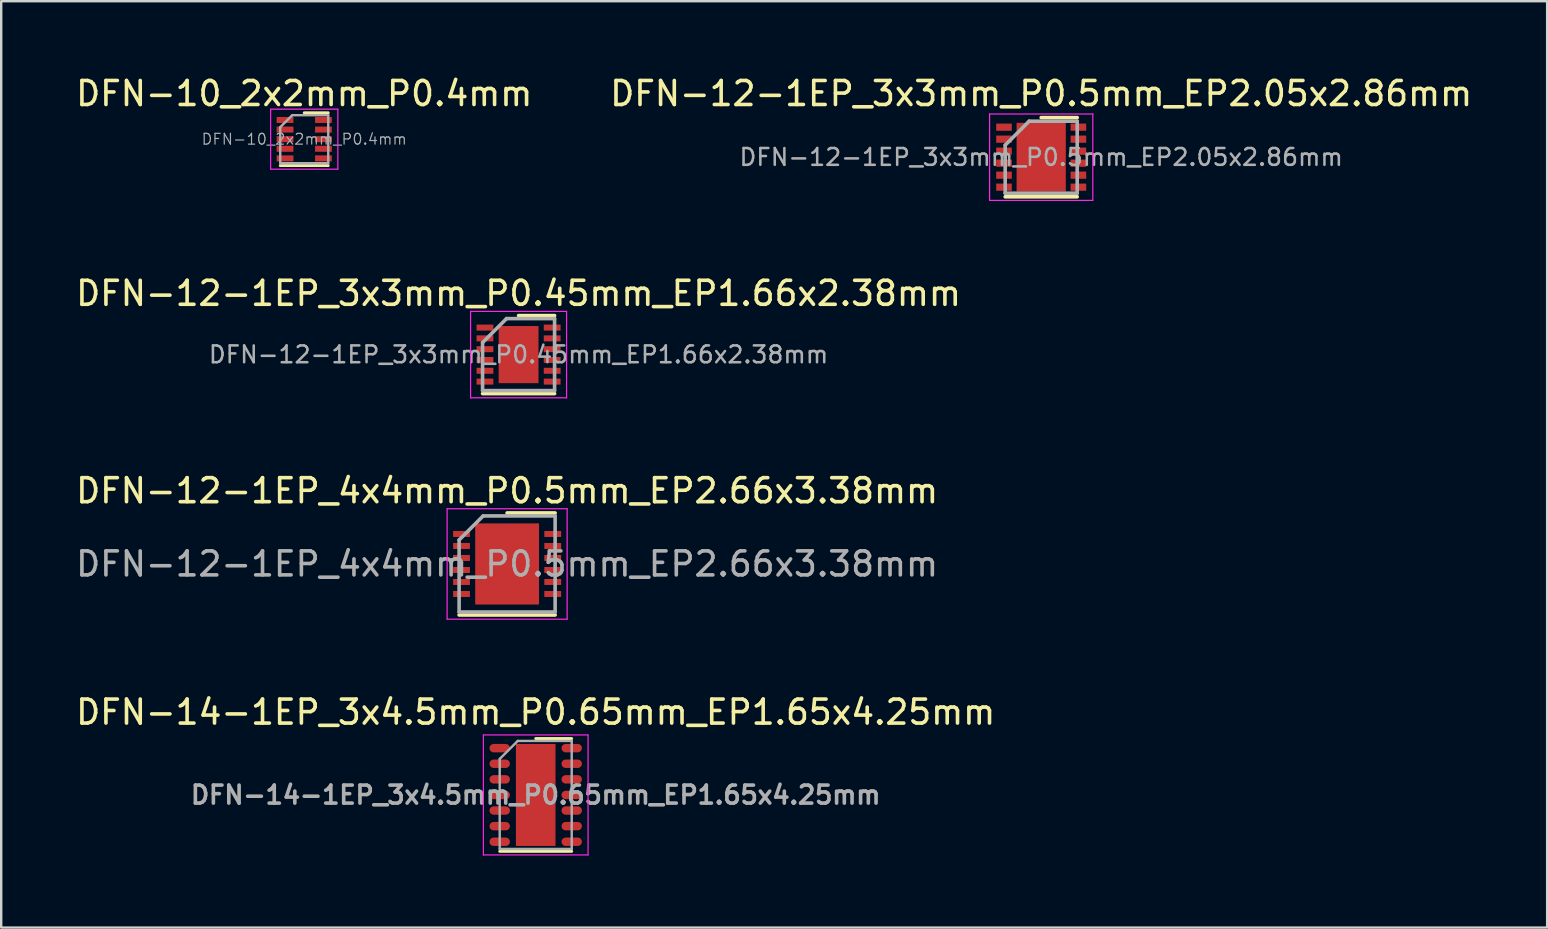
<source format=kicad_pcb>
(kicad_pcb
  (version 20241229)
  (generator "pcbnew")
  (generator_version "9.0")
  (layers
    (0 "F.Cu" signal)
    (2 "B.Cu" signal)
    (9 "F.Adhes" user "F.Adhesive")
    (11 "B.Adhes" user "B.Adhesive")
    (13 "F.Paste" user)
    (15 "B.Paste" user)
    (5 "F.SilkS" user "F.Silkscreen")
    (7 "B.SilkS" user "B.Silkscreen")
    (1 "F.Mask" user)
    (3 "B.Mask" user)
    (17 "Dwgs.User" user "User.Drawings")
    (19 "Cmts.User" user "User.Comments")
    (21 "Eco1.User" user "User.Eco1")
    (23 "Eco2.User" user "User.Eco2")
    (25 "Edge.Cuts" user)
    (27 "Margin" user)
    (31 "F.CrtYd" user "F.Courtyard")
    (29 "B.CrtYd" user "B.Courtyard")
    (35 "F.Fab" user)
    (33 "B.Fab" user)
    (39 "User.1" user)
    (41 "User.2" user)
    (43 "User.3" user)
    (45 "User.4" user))
  (footprint "DFN-10_2x2mm_P0.4mm"
    (layer "F.Cu")
    (at 9.625 2.748)
    (property "Reference" "DFN-10_2x2mm_P0.4mm" (at 0 -1.9 0) (layer "F.SilkS") (effects (font (size 1 1) (thickness 0.15))))
    (attr smd)
    (fp_line (start 1 -1.1) (end 0 -1.1) (stroke (width 0.12) (type solid)) (layer "F.SilkS"))
    (fp_line (start 1 1.1) (end -1 1.1) (stroke (width 0.12) (type solid)) (layer "F.SilkS"))
    (fp_line (start -1.4 1.25) (end -1.4 -1.25) (stroke (width 0.05) (type solid)) (layer "F.CrtYd"))
    (fp_line (start -1.4 1.25) (end 1.4 1.25) (stroke (width 0.05) (type solid)) (layer "F.CrtYd"))
    (fp_line (start 1.4 -1.25) (end -1.4 -1.25) (stroke (width 0.05) (type solid)) (layer "F.CrtYd"))
    (fp_line (start 1.4 -1.25) (end 1.4 1.25) (stroke (width 0.05) (type solid)) (layer "F.CrtYd"))
    (fp_line (start -1 -0.5) (end -1 1) (stroke (width 0.1) (type solid)) (layer "F.Fab"))
    (fp_line (start -0.5 -1) (end -1 -0.5) (stroke (width 0.1) (type solid)) (layer "F.Fab"))
    (fp_line (start 1 -1) (end -0.5 -1) (stroke (width 0.1) (type solid)) (layer "F.Fab"))
    (fp_line (start 1 1) (end -1 1) (stroke (width 0.1) (type solid)) (layer "F.Fab"))
    (fp_line (start 1 1) (end 1 -1) (stroke (width 0.1) (type solid)) (layer "F.Fab"))
    (fp_text user "${REFERENCE}" (at 0 0 0) (layer "F.Fab") (effects (font (size 0.45 0.45) (thickness 0.05))))
    (pad "1" smd rect (at -0.8 -0.8) (size 0.7 0.25) (layers "F.Cu" "F.Mask" "F.Paste"))
    (pad "2" smd rect (at -0.8 -0.4) (size 0.7 0.25) (layers "F.Cu" "F.Mask" "F.Paste"))
    (pad "3" smd rect (at -0.8 0) (size 0.7 0.25) (layers "F.Cu" "F.Mask" "F.Paste"))
    (pad "4" smd rect (at -0.8 0.4) (size 0.7 0.25) (layers "F.Cu" "F.Mask" "F.Paste"))
    (pad "5" smd rect (at -0.8 0.8) (size 0.7 0.25) (layers "F.Cu" "F.Mask" "F.Paste"))
    (pad "6" smd rect (at 0.8 0.8) (size 0.7 0.25) (layers "F.Cu" "F.Mask" "F.Paste"))
    (pad "7" smd rect (at 0.8 0.4) (size 0.7 0.25) (layers "F.Cu" "F.Mask" "F.Paste"))
    (pad "8" smd rect (at 0.8 0) (size 0.7 0.25) (layers "F.Cu" "F.Mask" "F.Paste"))
    (pad "9" smd rect (at 0.8 -0.4) (size 0.7 0.25) (layers "F.Cu" "F.Mask" "F.Paste"))
    (pad "10" smd rect (at 0.8 -0.8) (size 0.7 0.25) (layers "F.Cu" "F.Mask" "F.Paste")))
  (footprint "DFN-12-1EP_3x3mm_P0.45mm_EP1.66x2.38mm"
    (layer "F.Cu")
    (at 18.554 11.722)
    (property "Reference" "DFN-12-1EP_3x3mm_P0.45mm_EP1.66x2.38mm" (at 0 -2.55 0) (layer "F.SilkS") (effects (font (size 1 1) (thickness 0.15))))
    (attr smd)
    (fp_line (start -1.5 1.625) (end 1.5 1.625) (stroke (width 0.15) (type solid)) (layer "F.SilkS"))
    (fp_line (start 0 -1.625) (end 1.5 -1.625) (stroke (width 0.15) (type solid)) (layer "F.SilkS"))
    (fp_line (start -2 -1.8) (end -2 1.8) (stroke (width 0.05) (type solid)) (layer "F.CrtYd"))
    (fp_line (start -2 -1.8) (end 2 -1.8) (stroke (width 0.05) (type solid)) (layer "F.CrtYd"))
    (fp_line (start -2 1.8) (end 2 1.8) (stroke (width 0.05) (type solid)) (layer "F.CrtYd"))
    (fp_line (start 2 -1.8) (end 2 1.8) (stroke (width 0.05) (type solid)) (layer "F.CrtYd"))
    (fp_line (start -1.5 -0.5) (end -0.5 -1.5) (stroke (width 0.15) (type solid)) (layer "F.Fab"))
    (fp_line (start -1.5 1.5) (end -1.5 -0.5) (stroke (width 0.15) (type solid)) (layer "F.Fab"))
    (fp_line (start -0.5 -1.5) (end 1.5 -1.5) (stroke (width 0.15) (type solid)) (layer "F.Fab"))
    (fp_line (start 1.5 -1.5) (end 1.5 1.5) (stroke (width 0.15) (type solid)) (layer "F.Fab"))
    (fp_line (start 1.5 1.5) (end -1.5 1.5) (stroke (width 0.15) (type solid)) (layer "F.Fab"))
    (fp_text user "${REFERENCE}" (at 0 0 0) (layer "F.Fab") (effects (font (size 0.7 0.7) (thickness 0.105))))
    (pad "" smd rect (at -0.415 -0.595) (size 0.64 1) (layers "F.Paste"))
    (pad "" smd rect (at -0.415 0.595) (size 0.64 1) (layers "F.Paste"))
    (pad "" smd rect (at 0.415 -0.595) (size 0.64 1) (layers "F.Paste"))
    (pad "" smd rect (at 0.415 0.595) (size 0.64 1) (layers "F.Paste"))
    (pad "1" smd rect (at -1.4 -1.125) (size 0.7 0.25) (layers "F.Cu" "F.Mask" "F.Paste"))
    (pad "2" smd rect (at -1.4 -0.675) (size 0.7 0.25) (layers "F.Cu" "F.Mask" "F.Paste"))
    (pad "3" smd rect (at -1.4 -0.225) (size 0.7 0.25) (layers "F.Cu" "F.Mask" "F.Paste"))
    (pad "4" smd rect (at -1.4 0.225) (size 0.7 0.25) (layers "F.Cu" "F.Mask" "F.Paste"))
    (pad "5" smd rect (at -1.4 0.675) (size 0.7 0.25) (layers "F.Cu" "F.Mask" "F.Paste"))
    (pad "6" smd rect (at -1.4 1.125) (size 0.7 0.25) (layers "F.Cu" "F.Mask" "F.Paste"))
    (pad "7" smd rect (at 1.4 1.125) (size 0.7 0.25) (layers "F.Cu" "F.Mask" "F.Paste"))
    (pad "8" smd rect (at 1.4 0.675) (size 0.7 0.25) (layers "F.Cu" "F.Mask" "F.Paste"))
    (pad "9" smd rect (at 1.4 0.225) (size 0.7 0.25) (layers "F.Cu" "F.Mask" "F.Paste"))
    (pad "10" smd rect (at 1.4 -0.225) (size 0.7 0.25) (layers "F.Cu" "F.Mask" "F.Paste"))
    (pad "11" smd rect (at 1.4 -0.675) (size 0.7 0.25) (layers "F.Cu" "F.Mask" "F.Paste"))
    (pad "12" smd rect (at 1.4 -1.125) (size 0.7 0.25) (layers "F.Cu" "F.Mask" "F.Paste"))
    (pad "13" smd rect (at 0 0) (size 1.66 2.38) (layers "F.Cu" "F.Mask")))
  (footprint "DFN-12-1EP_3x3mm_P0.5mm_EP2.05x2.86mm"
    (layer "F.Cu")
    (at 40.327 3.498)
    (property "Reference" "DFN-12-1EP_3x3mm_P0.5mm_EP2.05x2.86mm" (at 0 -2.65 0) (layer "F.SilkS") (effects (font (size 1 1) (thickness 0.15))))
    (attr smd)
    (fp_line (start -1.5 1.65) (end 1.5 1.65) (stroke (width 0.15) (type solid)) (layer "F.SilkS"))
    (fp_line (start 0 -1.65) (end 1.5 -1.65) (stroke (width 0.15) (type solid)) (layer "F.SilkS"))
    (fp_line (start -2.15 -1.8) (end -2.15 1.8) (stroke (width 0.05) (type solid)) (layer "F.CrtYd"))
    (fp_line (start -2.15 -1.8) (end 2.15 -1.8) (stroke (width 0.05) (type solid)) (layer "F.CrtYd"))
    (fp_line (start -2.15 1.8) (end 2.15 1.8) (stroke (width 0.05) (type solid)) (layer "F.CrtYd"))
    (fp_line (start 2.15 -1.8) (end 2.15 1.8) (stroke (width 0.05) (type solid)) (layer "F.CrtYd"))
    (fp_line (start -1.5 -0.5) (end -0.5 -1.5) (stroke (width 0.15) (type solid)) (layer "F.Fab"))
    (fp_line (start -1.5 1.5) (end -1.5 -0.5) (stroke (width 0.15) (type solid)) (layer "F.Fab"))
    (fp_line (start -0.5 -1.5) (end 1.5 -1.5) (stroke (width 0.15) (type solid)) (layer "F.Fab"))
    (fp_line (start 1.5 -1.5) (end 1.5 1.5) (stroke (width 0.15) (type solid)) (layer "F.Fab"))
    (fp_line (start 1.5 1.5) (end -1.5 1.5) (stroke (width 0.15) (type solid)) (layer "F.Fab"))
    (fp_text user "${REFERENCE}" (at 0 0 0) (layer "F.Fab") (effects (font (size 0.7 0.7) (thickness 0.105))))
    (pad "" smd rect (at -0.512 -0.715) (size 0.8 1.2) (layers "F.Paste"))
    (pad "" smd rect (at -0.512 0.715) (size 0.8 1.2) (layers "F.Paste"))
    (pad "" smd rect (at 0.512 -0.715) (size 0.8 1.2) (layers "F.Paste"))
    (pad "" smd rect (at 0.512 0.715) (size 0.8 1.2) (layers "F.Paste"))
    (pad "1" smd rect (at -1.55 -1.25) (size 0.65 0.3) (layers "F.Cu" "F.Mask" "F.Paste"))
    (pad "2" smd rect (at -1.55 -0.75) (size 0.65 0.3) (layers "F.Cu" "F.Mask" "F.Paste"))
    (pad "3" smd rect (at -1.55 -0.25) (size 0.65 0.3) (layers "F.Cu" "F.Mask" "F.Paste"))
    (pad "4" smd rect (at -1.55 0.25) (size 0.65 0.3) (layers "F.Cu" "F.Mask" "F.Paste"))
    (pad "5" smd rect (at -1.55 0.75) (size 0.65 0.3) (layers "F.Cu" "F.Mask" "F.Paste"))
    (pad "6" smd rect (at -1.55 1.25) (size 0.65 0.3) (layers "F.Cu" "F.Mask" "F.Paste"))
    (pad "7" smd rect (at 1.55 1.25) (size 0.65 0.3) (layers "F.Cu" "F.Mask" "F.Paste"))
    (pad "8" smd rect (at 1.55 0.75) (size 0.65 0.3) (layers "F.Cu" "F.Mask" "F.Paste"))
    (pad "9" smd rect (at 1.55 0.25) (size 0.65 0.3) (layers "F.Cu" "F.Mask" "F.Paste"))
    (pad "10" smd rect (at 1.55 -0.25) (size 0.65 0.3) (layers "F.Cu" "F.Mask" "F.Paste"))
    (pad "11" smd rect (at 1.55 -0.75) (size 0.65 0.3) (layers "F.Cu" "F.Mask" "F.Paste"))
    (pad "12" smd rect (at 1.55 -1.25) (size 0.65 0.3) (layers "F.Cu" "F.Mask" "F.Paste"))
    (pad "13" smd rect (at 0 0) (size 2.05 2.86) (layers "F.Cu" "F.Mask")))
  (footprint "DFN-14-1EP_3x4.5mm_P0.65mm_EP1.65x4.25mm"
    (layer "F.Cu")
    (at 19.268 30.068)
    (property "Reference" "DFN-14-1EP_3x4.5mm_P0.65mm_EP1.65x4.25mm" (at 0 -3.45 0) (layer "F.SilkS") (effects (font (size 1 1) (thickness 0.15))))
    (attr smd)
    (fp_line (start -1.5 2.35) (end 1.5 2.35) (stroke (width 0.12) (type solid)) (layer "F.SilkS"))
    (fp_line (start 1.5 -2.35) (end 0 -2.35) (stroke (width 0.12) (type solid)) (layer "F.SilkS"))
    (fp_line (start -2.18 -2.5) (end -2.18 2.5) (stroke (width 0.05) (type solid)) (layer "F.CrtYd"))
    (fp_line (start -2.18 2.5) (end 2.18 2.5) (stroke (width 0.05) (type solid)) (layer "F.CrtYd"))
    (fp_line (start 2.18 -2.5) (end -2.18 -2.5) (stroke (width 0.05) (type solid)) (layer "F.CrtYd"))
    (fp_line (start 2.18 2.5) (end 2.18 -2.5) (stroke (width 0.05) (type solid)) (layer "F.CrtYd"))
    (fp_line (start -1.5 2.25) (end -1.5 -1.5) (stroke (width 0.1) (type solid)) (layer "F.Fab"))
    (fp_line (start -1.5 2.25) (end 1.5 2.25) (stroke (width 0.1) (type solid)) (layer "F.Fab"))
    (fp_line (start -0.75 -2.25) (end -1.5 -1.5) (stroke (width 0.1) (type solid)) (layer "F.Fab"))
    (fp_line (start 1.5 -2.25) (end -0.75 -2.25) (stroke (width 0.1) (type solid)) (layer "F.Fab"))
    (fp_line (start 1.5 2.25) (end 1.5 -2.25) (stroke (width 0.1) (type solid)) (layer "F.Fab"))
    (fp_text user "${REFERENCE}" (at 0 0 0) (layer "F.Fab") (effects (font (size 0.75 0.75) (thickness 0.15))))
    (pad "" smd rect (at -0.412 -1.594) (size 0.66 0.85) (layers "F.Paste"))
    (pad "" smd rect (at -0.412 -0.531) (size 0.66 0.85) (layers "F.Paste"))
    (pad "" smd rect (at -0.412 0.531) (size 0.66 0.85) (layers "F.Paste"))
    (pad "" smd rect (at -0.412 1.594) (size 0.66 0.85) (layers "F.Paste"))
    (pad "" smd rect (at 0.412 -1.594) (size 0.66 0.85) (layers "F.Paste"))
    (pad "" smd rect (at 0.412 -0.531) (size 0.66 0.85) (layers "F.Paste"))
    (pad "" smd rect (at 0.412 0.531) (size 0.66 0.85) (layers "F.Paste"))
    (pad "" smd rect (at 0.412 1.594) (size 0.66 0.85) (layers "F.Paste"))
    (pad "1" smd oval (at -1.5 -1.95) (size 0.85 0.35) (layers "F.Cu" "F.Mask" "F.Paste"))
    (pad "2" smd oval (at -1.5 -1.3) (size 0.85 0.35) (layers "F.Cu" "F.Mask" "F.Paste"))
    (pad "3" smd oval (at -1.5 -0.65) (size 0.85 0.35) (layers "F.Cu" "F.Mask" "F.Paste"))
    (pad "4" smd oval (at -1.5 0) (size 0.85 0.35) (layers "F.Cu" "F.Mask" "F.Paste"))
    (pad "5" smd oval (at -1.5 0.65) (size 0.85 0.35) (layers "F.Cu" "F.Mask" "F.Paste"))
    (pad "6" smd oval (at -1.5 1.3) (size 0.85 0.35) (layers "F.Cu" "F.Mask" "F.Paste"))
    (pad "7" smd oval (at -1.5 1.95) (size 0.85 0.35) (layers "F.Cu" "F.Mask" "F.Paste"))
    (pad "8" smd oval (at 1.5 1.95) (size 0.85 0.35) (layers "F.Cu" "F.Mask" "F.Paste"))
    (pad "9" smd oval (at 1.5 1.3) (size 0.85 0.35) (layers "F.Cu" "F.Mask" "F.Paste"))
    (pad "10" smd oval (at 1.5 0.65) (size 0.85 0.35) (layers "F.Cu" "F.Mask" "F.Paste"))
    (pad "11" smd oval (at 1.5 0) (size 0.85 0.35) (layers "F.Cu" "F.Mask" "F.Paste"))
    (pad "12" smd oval (at 1.5 -0.65) (size 0.85 0.35) (layers "F.Cu" "F.Mask" "F.Paste"))
    (pad "13" smd oval (at 1.5 -1.3) (size 0.85 0.35) (layers "F.Cu" "F.Mask" "F.Paste"))
    (pad "14" smd oval (at 1.5 -1.95) (size 0.85 0.35) (layers "F.Cu" "F.Mask" "F.Paste"))
    (pad "15" smd rect (at 0 0) (size 1.65 4.25) (layers "F.Cu" "F.Mask")))
  (footprint "DFN-12-1EP_4x4mm_P0.5mm_EP2.66x3.38mm"
    (layer "F.Cu")
    (at 18.077 20.445)
    (property "Reference" "DFN-12-1EP_4x4mm_P0.5mm_EP2.66x3.38mm" (at 0 -3.05 0) (layer "F.SilkS") (effects (font (size 1 1) (thickness 0.15))))
    (attr smd)
    (fp_line (start -2 2.125) (end 2 2.125) (stroke (width 0.15) (type solid)) (layer "F.SilkS"))
    (fp_line (start 0 -2.125) (end 2 -2.125) (stroke (width 0.15) (type solid)) (layer "F.SilkS"))
    (fp_line (start -2.5 -2.3) (end -2.5 2.3) (stroke (width 0.05) (type solid)) (layer "F.CrtYd"))
    (fp_line (start -2.5 -2.3) (end 2.5 -2.3) (stroke (width 0.05) (type solid)) (layer "F.CrtYd"))
    (fp_line (start -2.5 2.3) (end 2.5 2.3) (stroke (width 0.05) (type solid)) (layer "F.CrtYd"))
    (fp_line (start 2.5 -2.3) (end 2.5 2.3) (stroke (width 0.05) (type solid)) (layer "F.CrtYd"))
    (fp_line (start -2 -1) (end -1 -2) (stroke (width 0.15) (type solid)) (layer "F.Fab"))
    (fp_line (start -2 2) (end -2 -1) (stroke (width 0.15) (type solid)) (layer "F.Fab"))
    (fp_line (start -1 -2) (end 2 -2) (stroke (width 0.15) (type solid)) (layer "F.Fab"))
    (fp_line (start 2 -2) (end 2 2) (stroke (width 0.15) (type solid)) (layer "F.Fab"))
    (fp_line (start 2 2) (end -2 2) (stroke (width 0.15) (type solid)) (layer "F.Fab"))
    (fp_text user "${REFERENCE}" (at 0 0 0) (layer "F.Fab") (effects (font (size 1 1) (thickness 0.15))))
    (pad "" smd rect (at -0.665 -1.268) (size 1.15 0.63) (layers "F.Paste"))
    (pad "" smd rect (at -0.665 -0.422) (size 1.15 0.63) (layers "F.Paste"))
    (pad "" smd rect (at -0.665 0.422) (size 1.15 0.63) (layers "F.Paste"))
    (pad "" smd rect (at -0.665 1.268) (size 1.15 0.63) (layers "F.Paste"))
    (pad "" smd rect (at 0.665 -1.268) (size 1.15 0.63) (layers "F.Paste"))
    (pad "" smd rect (at 0.665 -0.422) (size 1.15 0.63) (layers "F.Paste"))
    (pad "" smd rect (at 0.665 0.422) (size 1.15 0.63) (layers "F.Paste"))
    (pad "" smd rect (at 0.665 1.268) (size 1.15 0.63) (layers "F.Paste"))
    (pad "1" smd rect (at -1.9 -1.25) (size 0.7 0.25) (layers "F.Cu" "F.Mask" "F.Paste"))
    (pad "2" smd rect (at -1.9 -0.75) (size 0.7 0.25) (layers "F.Cu" "F.Mask" "F.Paste"))
    (pad "3" smd rect (at -1.9 -0.25) (size 0.7 0.25) (layers "F.Cu" "F.Mask" "F.Paste"))
    (pad "4" smd rect (at -1.9 0.25) (size 0.7 0.25) (layers "F.Cu" "F.Mask" "F.Paste"))
    (pad "5" smd rect (at -1.9 0.75) (size 0.7 0.25) (layers "F.Cu" "F.Mask" "F.Paste"))
    (pad "6" smd rect (at -1.9 1.25) (size 0.7 0.25) (layers "F.Cu" "F.Mask" "F.Paste"))
    (pad "7" smd rect (at 1.9 1.25) (size 0.7 0.25) (layers "F.Cu" "F.Mask" "F.Paste"))
    (pad "8" smd rect (at 1.9 0.75) (size 0.7 0.25) (layers "F.Cu" "F.Mask" "F.Paste"))
    (pad "9" smd rect (at 1.9 0.25) (size 0.7 0.25) (layers "F.Cu" "F.Mask" "F.Paste"))
    (pad "10" smd rect (at 1.9 -0.25) (size 0.7 0.25) (layers "F.Cu" "F.Mask" "F.Paste"))
    (pad "11" smd rect (at 1.9 -0.75) (size 0.7 0.25) (layers "F.Cu" "F.Mask" "F.Paste"))
    (pad "12" smd rect (at 1.9 -1.25) (size 0.7 0.25) (layers "F.Cu" "F.Mask" "F.Paste"))
    (pad "13" smd rect (at 0 0) (size 2.66 3.38) (layers "F.Cu" "F.Mask")))
  (gr_rect
    (start -3 -3)
    (end 61.405 35.593)
    (stroke (width 0.1) (type default))
    (fill no)
    (layer "Edge.Cuts")))
</source>
